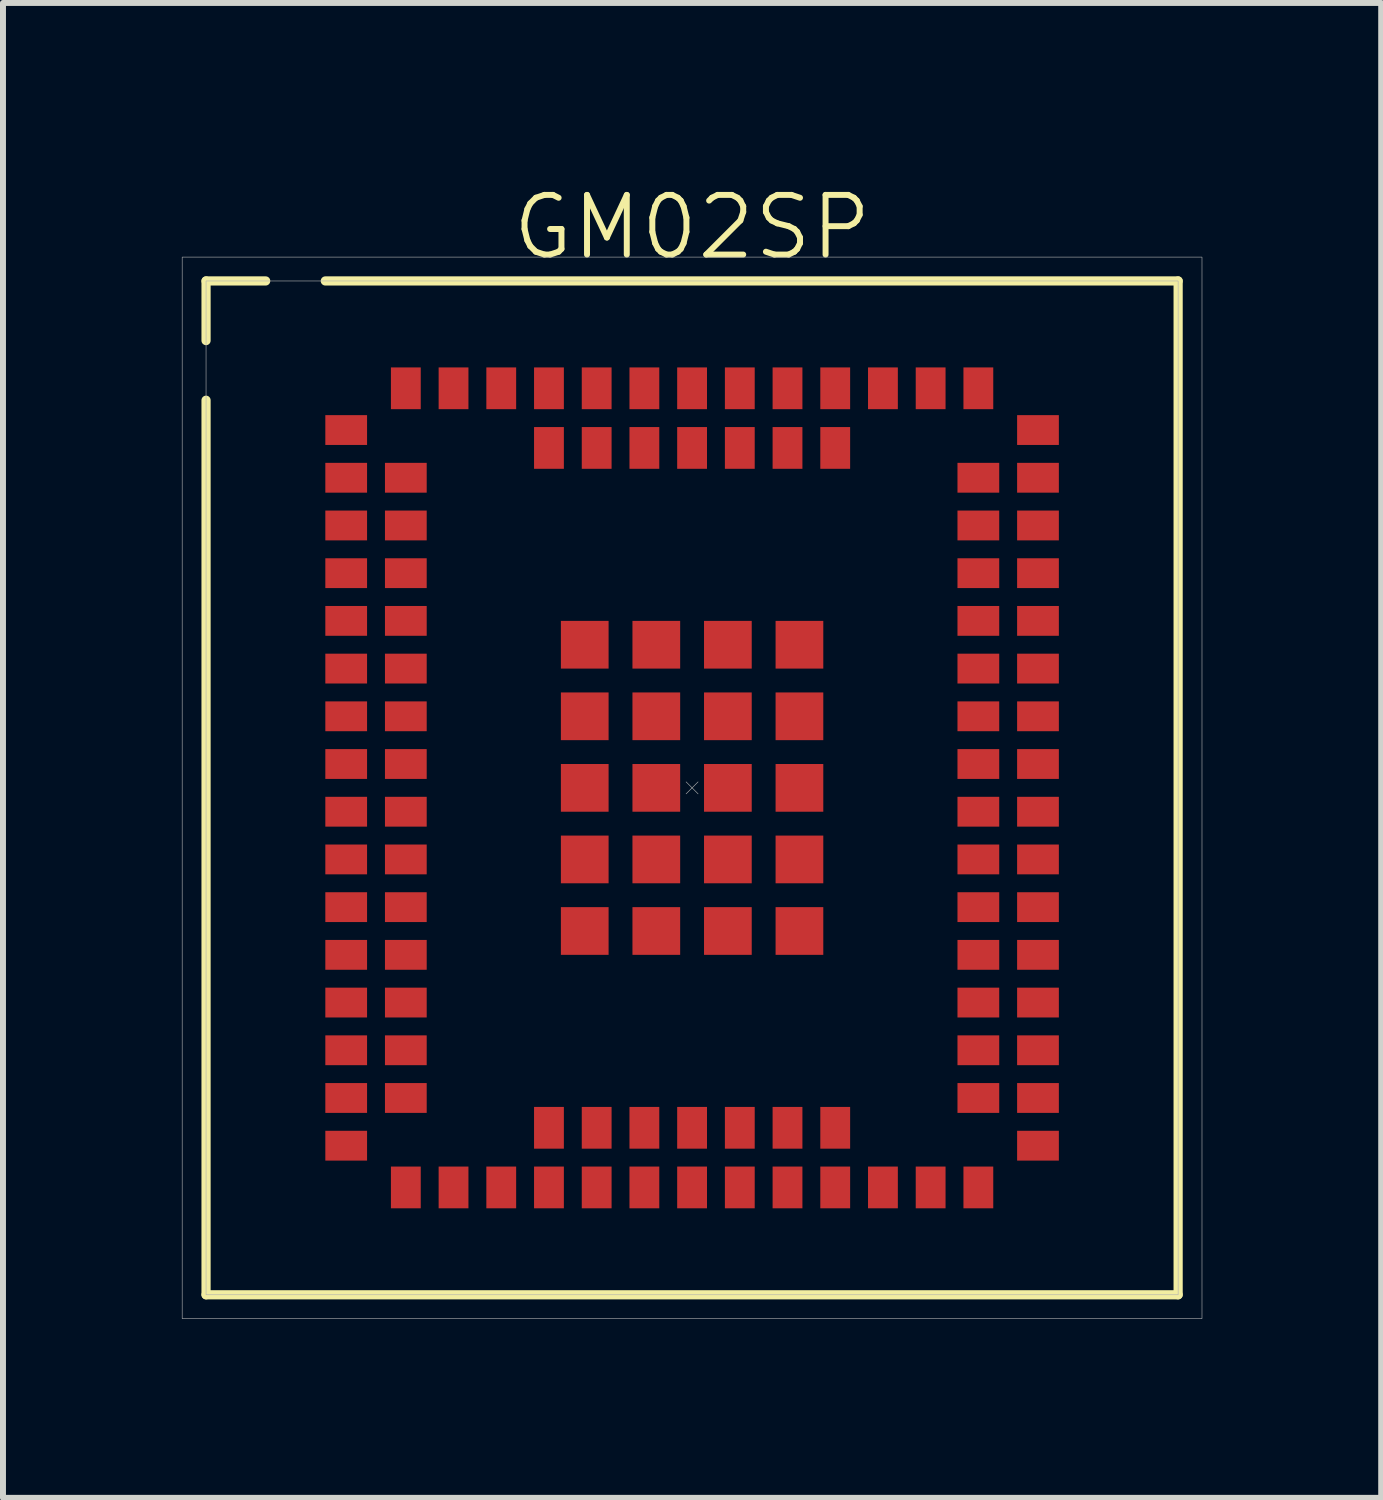
<source format=kicad_pcb>
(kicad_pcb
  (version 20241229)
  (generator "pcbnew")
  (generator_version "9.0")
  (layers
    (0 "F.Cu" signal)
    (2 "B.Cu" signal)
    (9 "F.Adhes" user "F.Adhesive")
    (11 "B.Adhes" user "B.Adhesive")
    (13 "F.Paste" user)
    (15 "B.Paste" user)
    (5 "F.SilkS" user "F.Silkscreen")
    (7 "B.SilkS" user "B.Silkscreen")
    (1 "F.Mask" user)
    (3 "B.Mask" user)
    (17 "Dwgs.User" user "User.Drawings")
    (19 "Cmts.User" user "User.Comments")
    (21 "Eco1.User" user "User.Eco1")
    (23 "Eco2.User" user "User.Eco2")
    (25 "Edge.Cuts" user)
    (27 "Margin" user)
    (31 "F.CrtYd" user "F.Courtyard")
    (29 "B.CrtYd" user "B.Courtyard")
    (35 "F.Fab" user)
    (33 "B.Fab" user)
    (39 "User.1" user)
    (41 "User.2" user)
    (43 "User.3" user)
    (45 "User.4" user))
  (footprint "GM02SP"
    (layer "F.Cu")
    (at 8.555 10.161)
    (property "Reference" "GM02SP" (at 0 -9.4 0) (unlocked yes) (layer "F.SilkS") (effects (font (size 1 1) (thickness 0.1))))
    (attr smd)
    (fp_line (start -8.15 -8.5) (end -8.15 -7.5) (stroke (width 0.154) (type default)) (layer "F.SilkS"))
    (fp_line (start -8.15 -8.5) (end -7.15 -8.5) (stroke (width 0.154) (type default)) (layer "F.SilkS"))
    (fp_line (start -8.15 8.5) (end -8.15 -6.5) (stroke (width 0.154) (type default)) (layer "F.SilkS"))
    (fp_line (start -8.15 8.5) (end 8.15 8.5) (stroke (width 0.154) (type default)) (layer "F.SilkS"))
    (fp_line (start 8.15 -8.5) (end -6.15 -8.5) (stroke (width 0.154) (type default)) (layer "F.SilkS"))
    (fp_line (start 8.15 8.5) (end 8.15 -8.5) (stroke (width 0.154) (type default)) (layer "F.SilkS"))
    (fp_line (start -0.1 -0.1) (end 0.1 0.1) (stroke (width 0.01) (type default)) (layer "F.Fab"))
    (fp_line (start 0.1 -0.1) (end -0.1 0.1) (stroke (width 0.01) (type default)) (layer "F.Fab"))
    (fp_rect (start -8.55 -8.9) (end 8.55 8.9) (stroke (width 0.01) (type default)) (fill no) (layer "F.Fab"))
    (fp_rect (start -8.15 -8.5) (end 8.15 8.5) (stroke (width 0.01) (type default)) (fill no) (layer "F.Fab"))
    (pad "1" smd rect (at -4.8 -6.7) (size 0.5 0.7) (layers "F.Cu" "F.Mask" "F.Paste"))
    (pad "2" smd rect (at -4 -6.7) (size 0.5 0.7) (layers "F.Cu" "F.Mask" "F.Paste"))
    (pad "3" smd rect (at -3.2 -6.7) (size 0.5 0.7) (layers "F.Cu" "F.Mask" "F.Paste"))
    (pad "4" smd rect (at -2.4 -6.7) (size 0.5 0.7) (layers "F.Cu" "F.Mask" "F.Paste"))
    (pad "5" smd rect (at -2.4 -5.7) (size 0.5 0.7) (layers "F.Cu" "F.Mask" "F.Paste"))
    (pad "6" smd rect (at -1.6 -6.7) (size 0.5 0.7) (layers "F.Cu" "F.Mask" "F.Paste"))
    (pad "7" smd rect (at -1.6 -5.7) (size 0.5 0.7) (layers "F.Cu" "F.Mask" "F.Paste"))
    (pad "8" smd rect (at -0.8 -6.7) (size 0.5 0.7) (layers "F.Cu" "F.Mask" "F.Paste"))
    (pad "9" smd rect (at -0.8 -5.7) (size 0.5 0.7) (layers "F.Cu" "F.Mask" "F.Paste"))
    (pad "10" smd rect (at 0 -6.7) (size 0.5 0.7) (layers "F.Cu" "F.Mask" "F.Paste"))
    (pad "11" smd rect (at 0 -5.7) (size 0.5 0.7) (layers "F.Cu" "F.Mask" "F.Paste"))
    (pad "12" smd rect (at 0.8 -6.7) (size 0.5 0.7) (layers "F.Cu" "F.Mask" "F.Paste"))
    (pad "13" smd rect (at 0.8 -5.7) (size 0.5 0.7) (layers "F.Cu" "F.Mask" "F.Paste"))
    (pad "14" smd rect (at 1.6 -6.7) (size 0.5 0.7) (layers "F.Cu" "F.Mask" "F.Paste"))
    (pad "15" smd rect (at 1.6 -5.7) (size 0.5 0.7) (layers "F.Cu" "F.Mask" "F.Paste"))
    (pad "16" smd rect (at 2.4 -6.7) (size 0.5 0.7) (layers "F.Cu" "F.Mask" "F.Paste"))
    (pad "17" smd rect (at 2.4 -5.7) (size 0.5 0.7) (layers "F.Cu" "F.Mask" "F.Paste"))
    (pad "18" smd rect (at 3.2 -6.7) (size 0.5 0.7) (layers "F.Cu" "F.Mask" "F.Paste"))
    (pad "19" smd rect (at 4 -6.7) (size 0.5 0.7) (layers "F.Cu" "F.Mask" "F.Paste"))
    (pad "20" smd rect (at 4.8 -6.7) (size 0.5 0.7) (layers "F.Cu" "F.Mask" "F.Paste"))
    (pad "21" smd rect (at 5.8 -6 90) (size 0.5 0.7) (layers "F.Cu" "F.Mask" "F.Paste"))
    (pad "22" smd rect (at 5.8 -5.2 90) (size 0.5 0.7) (layers "F.Cu" "F.Mask" "F.Paste"))
    (pad "23" smd rect (at 4.8 -5.2 90) (size 0.5 0.7) (layers "F.Cu" "F.Mask" "F.Paste"))
    (pad "24" smd rect (at 5.8 -4.4 90) (size 0.5 0.7) (layers "F.Cu" "F.Mask" "F.Paste"))
    (pad "25" smd rect (at 4.8 -4.4 90) (size 0.5 0.7) (layers "F.Cu" "F.Mask" "F.Paste"))
    (pad "26" smd rect (at 5.8 -3.6 90) (size 0.5 0.7) (layers "F.Cu" "F.Mask" "F.Paste"))
    (pad "27" smd rect (at 4.8 -3.6 90) (size 0.5 0.7) (layers "F.Cu" "F.Mask" "F.Paste"))
    (pad "28" smd rect (at 5.8 -2.8 90) (size 0.5 0.7) (layers "F.Cu" "F.Mask" "F.Paste"))
    (pad "29" smd rect (at 4.8 -2.8 90) (size 0.5 0.7) (layers "F.Cu" "F.Mask" "F.Paste"))
    (pad "30" smd rect (at 5.8 -2 90) (size 0.5 0.7) (layers "F.Cu" "F.Mask" "F.Paste"))
    (pad "31" smd rect (at 4.8 -2 90) (size 0.5 0.7) (layers "F.Cu" "F.Mask" "F.Paste"))
    (pad "32" smd rect (at 5.8 -1.2 90) (size 0.5 0.7) (layers "F.Cu" "F.Mask" "F.Paste"))
    (pad "33" smd rect (at 4.8 -1.2 90) (size 0.5 0.7) (layers "F.Cu" "F.Mask" "F.Paste"))
    (pad "34" smd rect (at 5.8 -0.4 90) (size 0.5 0.7) (layers "F.Cu" "F.Mask" "F.Paste"))
    (pad "35" smd rect (at 4.8 -0.4 90) (size 0.5 0.7) (layers "F.Cu" "F.Mask" "F.Paste"))
    (pad "36" smd rect (at 5.8 0.4 90) (size 0.5 0.7) (layers "F.Cu" "F.Mask" "F.Paste"))
    (pad "37" smd rect (at 4.8 0.4 90) (size 0.5 0.7) (layers "F.Cu" "F.Mask" "F.Paste"))
    (pad "38" smd rect (at 5.8 1.2 90) (size 0.5 0.7) (layers "F.Cu" "F.Mask" "F.Paste"))
    (pad "39" smd rect (at 4.8 1.2 90) (size 0.5 0.7) (layers "F.Cu" "F.Mask" "F.Paste"))
    (pad "40" smd rect (at 5.8 2 90) (size 0.5 0.7) (layers "F.Cu" "F.Mask" "F.Paste"))
    (pad "41" smd rect (at 4.8 2 90) (size 0.5 0.7) (layers "F.Cu" "F.Mask" "F.Paste"))
    (pad "42" smd rect (at 5.8 2.8 90) (size 0.5 0.7) (layers "F.Cu" "F.Mask" "F.Paste"))
    (pad "43" smd rect (at 4.8 2.8 90) (size 0.5 0.7) (layers "F.Cu" "F.Mask" "F.Paste"))
    (pad "44" smd rect (at 5.8 3.6 90) (size 0.5 0.7) (layers "F.Cu" "F.Mask" "F.Paste"))
    (pad "45" smd rect (at 4.8 3.6 90) (size 0.5 0.7) (layers "F.Cu" "F.Mask" "F.Paste"))
    (pad "46" smd rect (at 5.8 4.4 90) (size 0.5 0.7) (layers "F.Cu" "F.Mask" "F.Paste"))
    (pad "47" smd rect (at 4.8 4.4 90) (size 0.5 0.7) (layers "F.Cu" "F.Mask" "F.Paste"))
    (pad "48" smd rect (at 5.8 5.2 90) (size 0.5 0.7) (layers "F.Cu" "F.Mask" "F.Paste"))
    (pad "49" smd rect (at 4.8 5.2 90) (size 0.5 0.7) (layers "F.Cu" "F.Mask" "F.Paste"))
    (pad "50" smd rect (at 5.8 6 90) (size 0.5 0.7) (layers "F.Cu" "F.Mask" "F.Paste"))
    (pad "51" smd rect (at 4.8 6.7) (size 0.5 0.7) (layers "F.Cu" "F.Mask" "F.Paste"))
    (pad "52" smd rect (at 4 6.7) (size 0.5 0.7) (layers "F.Cu" "F.Mask" "F.Paste"))
    (pad "53" smd rect (at 3.2 6.7) (size 0.5 0.7) (layers "F.Cu" "F.Mask" "F.Paste"))
    (pad "54" smd rect (at 2.4 6.7) (size 0.5 0.7) (layers "F.Cu" "F.Mask" "F.Paste"))
    (pad "55" smd rect (at 2.4 5.7) (size 0.5 0.7) (layers "F.Cu" "F.Mask" "F.Paste"))
    (pad "56" smd rect (at 1.6 6.7) (size 0.5 0.7) (layers "F.Cu" "F.Mask" "F.Paste"))
    (pad "57" smd rect (at 1.6 5.7) (size 0.5 0.7) (layers "F.Cu" "F.Mask" "F.Paste"))
    (pad "58" smd rect (at 0.8 6.7) (size 0.5 0.7) (layers "F.Cu" "F.Mask" "F.Paste"))
    (pad "59" smd rect (at 0.8 5.7) (size 0.5 0.7) (layers "F.Cu" "F.Mask" "F.Paste"))
    (pad "60" smd rect (at 0 6.7) (size 0.5 0.7) (layers "F.Cu" "F.Mask" "F.Paste"))
    (pad "61" smd rect (at 0 5.7) (size 0.5 0.7) (layers "F.Cu" "F.Mask" "F.Paste"))
    (pad "62" smd rect (at -0.8 6.7) (size 0.5 0.7) (layers "F.Cu" "F.Mask" "F.Paste"))
    (pad "63" smd rect (at -0.8 5.7) (size 0.5 0.7) (layers "F.Cu" "F.Mask" "F.Paste"))
    (pad "64" smd rect (at -1.6 6.7) (size 0.5 0.7) (layers "F.Cu" "F.Mask" "F.Paste"))
    (pad "65" smd rect (at -1.6 5.7) (size 0.5 0.7) (layers "F.Cu" "F.Mask" "F.Paste"))
    (pad "66" smd rect (at -2.4 6.7) (size 0.5 0.7) (layers "F.Cu" "F.Mask" "F.Paste"))
    (pad "67" smd rect (at -2.4 5.7) (size 0.5 0.7) (layers "F.Cu" "F.Mask" "F.Paste"))
    (pad "68" smd rect (at -3.2 6.7) (size 0.5 0.7) (layers "F.Cu" "F.Mask" "F.Paste"))
    (pad "69" smd rect (at -4 6.7) (size 0.5 0.7) (layers "F.Cu" "F.Mask" "F.Paste"))
    (pad "70" smd rect (at -4.8 6.7) (size 0.5 0.7) (layers "F.Cu" "F.Mask" "F.Paste"))
    (pad "71" smd rect (at -5.8 6 90) (size 0.5 0.7) (layers "F.Cu" "F.Mask" "F.Paste"))
    (pad "72" smd rect (at -5.8 5.2 90) (size 0.5 0.7) (layers "F.Cu" "F.Mask" "F.Paste"))
    (pad "73" smd rect (at -4.8 5.2 90) (size 0.5 0.7) (layers "F.Cu" "F.Mask" "F.Paste"))
    (pad "74" smd rect (at -5.8 4.4 90) (size 0.5 0.7) (layers "F.Cu" "F.Mask" "F.Paste"))
    (pad "75" smd rect (at -4.8 4.4 90) (size 0.5 0.7) (layers "F.Cu" "F.Mask" "F.Paste"))
    (pad "76" smd rect (at -5.8 3.6 90) (size 0.5 0.7) (layers "F.Cu" "F.Mask" "F.Paste"))
    (pad "77" smd rect (at -4.8 3.6 90) (size 0.5 0.7) (layers "F.Cu" "F.Mask" "F.Paste"))
    (pad "78" smd rect (at -5.8 2.8 90) (size 0.5 0.7) (layers "F.Cu" "F.Mask" "F.Paste"))
    (pad "79" smd rect (at -4.8 2.8 90) (size 0.5 0.7) (layers "F.Cu" "F.Mask" "F.Paste"))
    (pad "80" smd rect (at -5.8 2 90) (size 0.5 0.7) (layers "F.Cu" "F.Mask" "F.Paste"))
    (pad "81" smd rect (at -4.8 2 90) (size 0.5 0.7) (layers "F.Cu" "F.Mask" "F.Paste"))
    (pad "82" smd rect (at -5.8 1.2 90) (size 0.5 0.7) (layers "F.Cu" "F.Mask" "F.Paste"))
    (pad "83" smd rect (at -4.8 1.2 90) (size 0.5 0.7) (layers "F.Cu" "F.Mask" "F.Paste"))
    (pad "84" smd rect (at -5.8 0.4 90) (size 0.5 0.7) (layers "F.Cu" "F.Mask" "F.Paste"))
    (pad "85" smd rect (at -4.8 0.4 90) (size 0.5 0.7) (layers "F.Cu" "F.Mask" "F.Paste"))
    (pad "86" smd rect (at -5.8 -0.4 90) (size 0.5 0.7) (layers "F.Cu" "F.Mask" "F.Paste"))
    (pad "87" smd rect (at -4.8 -0.4 90) (size 0.5 0.7) (layers "F.Cu" "F.Mask" "F.Paste"))
    (pad "88" smd rect (at -5.8 -1.2 90) (size 0.5 0.7) (layers "F.Cu" "F.Mask" "F.Paste"))
    (pad "89" smd rect (at -4.8 -1.2 90) (size 0.5 0.7) (layers "F.Cu" "F.Mask" "F.Paste"))
    (pad "90" smd rect (at -5.8 -2 90) (size 0.5 0.7) (layers "F.Cu" "F.Mask" "F.Paste"))
    (pad "91" smd rect (at -4.8 -2 90) (size 0.5 0.7) (layers "F.Cu" "F.Mask" "F.Paste"))
    (pad "92" smd rect (at -5.8 -2.8 90) (size 0.5 0.7) (layers "F.Cu" "F.Mask" "F.Paste"))
    (pad "93" smd rect (at -4.8 -2.8 90) (size 0.5 0.7) (layers "F.Cu" "F.Mask" "F.Paste"))
    (pad "94" smd rect (at -5.8 -3.6 90) (size 0.5 0.7) (layers "F.Cu" "F.Mask" "F.Paste"))
    (pad "95" smd rect (at -4.8 -3.6 90) (size 0.5 0.7) (layers "F.Cu" "F.Mask" "F.Paste"))
    (pad "96" smd rect (at -5.8 -4.4 90) (size 0.5 0.7) (layers "F.Cu" "F.Mask" "F.Paste"))
    (pad "97" smd rect (at -4.8 -4.4 90) (size 0.5 0.7) (layers "F.Cu" "F.Mask" "F.Paste"))
    (pad "98" smd rect (at -5.8 -5.2 90) (size 0.5 0.7) (layers "F.Cu" "F.Mask" "F.Paste"))
    (pad "99" smd rect (at -4.8 -5.2 90) (size 0.5 0.7) (layers "F.Cu" "F.Mask" "F.Paste"))
    (pad "100" smd rect (at -5.8 -6 90) (size 0.5 0.7) (layers "F.Cu" "F.Mask" "F.Paste"))
    (pad "G1" smd rect (at -1.8 -2.4) (size 0.8 0.8) (layers "F.Cu" "F.Mask" "F.Paste"))
    (pad "G2" smd rect (at -0.6 -2.4) (size 0.8 0.8) (layers "F.Cu" "F.Mask" "F.Paste"))
    (pad "G3" smd rect (at 0.6 -2.4) (size 0.8 0.8) (layers "F.Cu" "F.Mask" "F.Paste"))
    (pad "G4" smd rect (at 1.8 -2.4) (size 0.8 0.8) (layers "F.Cu" "F.Mask" "F.Paste"))
    (pad "G5" smd rect (at -1.8 -1.2) (size 0.8 0.8) (layers "F.Cu" "F.Mask" "F.Paste"))
    (pad "G6" smd rect (at -0.6 -1.2) (size 0.8 0.8) (layers "F.Cu" "F.Mask" "F.Paste"))
    (pad "G7" smd rect (at 0.6 -1.2) (size 0.8 0.8) (layers "F.Cu" "F.Mask" "F.Paste"))
    (pad "G8" smd rect (at 1.8 -1.2) (size 0.8 0.8) (layers "F.Cu" "F.Mask" "F.Paste"))
    (pad "G9" smd rect (at -1.8 0) (size 0.8 0.8) (layers "F.Cu" "F.Mask" "F.Paste"))
    (pad "G10" smd rect (at -0.6 0) (size 0.8 0.8) (layers "F.Cu" "F.Mask" "F.Paste"))
    (pad "G11" smd rect (at 0.6 0) (size 0.8 0.8) (layers "F.Cu" "F.Mask" "F.Paste"))
    (pad "G12" smd rect (at 1.8 0) (size 0.8 0.8) (layers "F.Cu" "F.Mask" "F.Paste"))
    (pad "G13" smd rect (at -1.8 1.2) (size 0.8 0.8) (layers "F.Cu" "F.Mask" "F.Paste"))
    (pad "G14" smd rect (at -0.6 1.2) (size 0.8 0.8) (layers "F.Cu" "F.Mask" "F.Paste"))
    (pad "G15" smd rect (at 0.6 1.2) (size 0.8 0.8) (layers "F.Cu" "F.Mask" "F.Paste"))
    (pad "G16" smd rect (at 1.8 1.2) (size 0.8 0.8) (layers "F.Cu" "F.Mask" "F.Paste"))
    (pad "G17" smd rect (at -1.8 2.4) (size 0.8 0.8) (layers "F.Cu" "F.Mask" "F.Paste"))
    (pad "G18" smd rect (at -0.6 2.4) (size 0.8 0.8) (layers "F.Cu" "F.Mask" "F.Paste"))
    (pad "G19" smd rect (at 0.6 2.4) (size 0.8 0.8) (layers "F.Cu" "F.Mask" "F.Paste"))
    (pad "G20" smd rect (at 1.8 2.4) (size 0.8 0.8) (layers "F.Cu" "F.Mask" "F.Paste")))
  (gr_rect
    (start -3 -3)
    (end 20.11 22.066)
    (stroke (width 0.1) (type default))
    (fill no)
    (layer "Edge.Cuts")))
</source>
